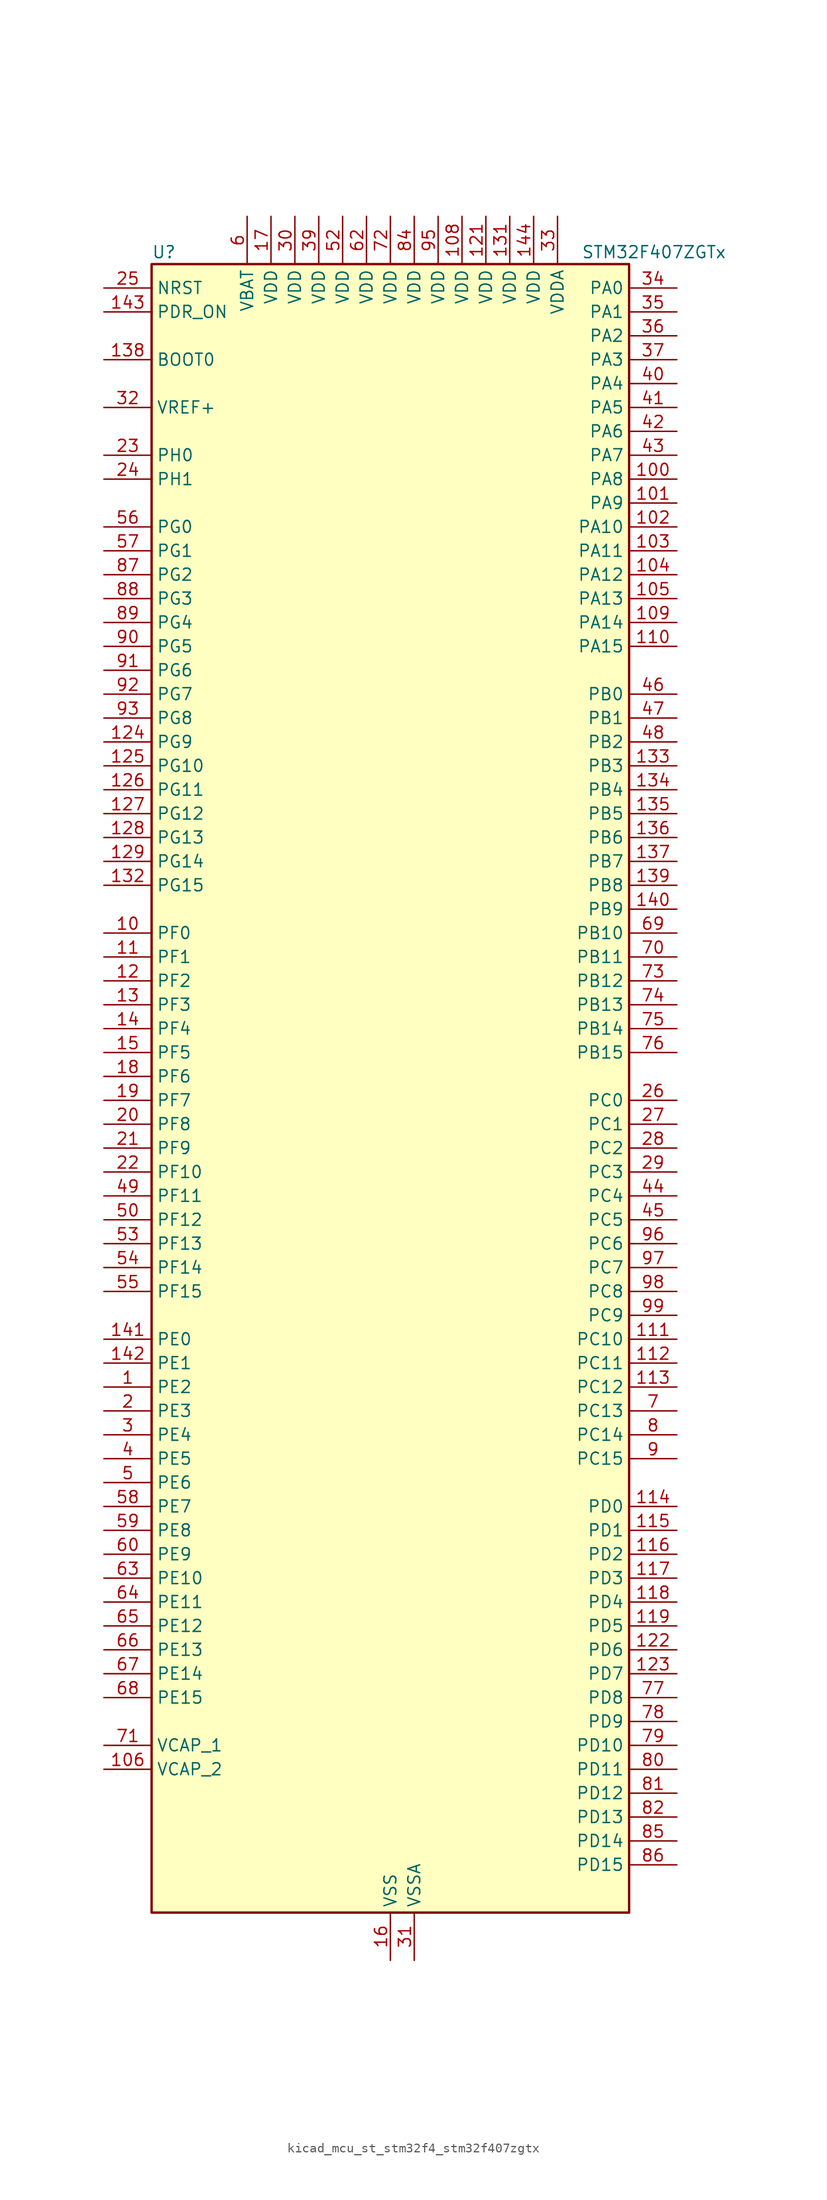
<source format=kicad_sym>
(kicad_symbol_lib
  (version 20220914)
  (generator kicad_symbol_editor)
  (symbol "kicad_mcu_st_stm32f4_stm32f407zgtx"
    (property "Reference" "U"
      (at -25.4 90.17 0)
      (effects (font (size 1.27 1.27)) (justify left)))
    (property "Value" "STM32F407ZGTx"
      (at 20.32 90.17 0)
      (effects (font (size 1.27 1.27)) (justify left)))
    (property "ki_locked" ""
      (at 0 0 0)
      (effects (font (size 1.27 1.27))))
    (symbol "kicad_mcu_st_stm32f4_stm32f407zgtx_0_1"
      (rectangle (start -25.4 -86.36) (end 25.4 88.9) (stroke (width 0.254) (type default)) (fill (type background))))
    (symbol "kicad_mcu_st_stm32f4_stm32f407zgtx_1_1"
      (pin bidirectional line (at -30.48 -30.48 0) (length 5.08) (name "PE2" (effects (font (size 1.27 1.27)))) (number "1" (effects (font (size 1.27 1.27)))) (alternate "ETH_TXD3" bidirectional line) (alternate "FSMC_A23" bidirectional line) (alternate "SYS_TRACECLK" bidirectional line))
      (pin bidirectional line (at -30.48 17.78 0) (length 5.08) (name "PF0" (effects (font (size 1.27 1.27)))) (number "10" (effects (font (size 1.27 1.27)))) (alternate "FSMC_A0" bidirectional line) (alternate "I2C2_SDA" bidirectional line))
      (pin bidirectional line (at 30.48 66.04 180) (length 5.08) (name "PA8" (effects (font (size 1.27 1.27)))) (number "100" (effects (font (size 1.27 1.27)))) (alternate "I2C3_SCL" bidirectional line) (alternate "RCC_MCO_1" bidirectional line) (alternate "TIM1_CH1" bidirectional line) (alternate "USART1_CK" bidirectional line) (alternate "USB_OTG_FS_SOF" bidirectional line))
      (pin bidirectional line (at 30.48 63.5 180) (length 5.08) (name "PA9" (effects (font (size 1.27 1.27)))) (number "101" (effects (font (size 1.27 1.27)))) (alternate "DAC_EXTI9" bidirectional line) (alternate "DCMI_D0" bidirectional line) (alternate "I2C3_SMBA" bidirectional line) (alternate "TIM1_CH2" bidirectional line) (alternate "USART1_TX" bidirectional line) (alternate "USB_OTG_FS_VBUS" bidirectional line))
      (pin bidirectional line (at 30.48 60.96 180) (length 5.08) (name "PA10" (effects (font (size 1.27 1.27)))) (number "102" (effects (font (size 1.27 1.27)))) (alternate "DCMI_D1" bidirectional line) (alternate "TIM1_CH3" bidirectional line) (alternate "USART1_RX" bidirectional line) (alternate "USB_OTG_FS_ID" bidirectional line))
      (pin bidirectional line (at 30.48 58.42 180) (length 5.08) (name "PA11" (effects (font (size 1.27 1.27)))) (number "103" (effects (font (size 1.27 1.27)))) (alternate "ADC1_EXTI11" bidirectional line) (alternate "ADC2_EXTI11" bidirectional line) (alternate "ADC3_EXTI11" bidirectional line) (alternate "CAN1_RX" bidirectional line) (alternate "TIM1_CH4" bidirectional line) (alternate "USART1_CTS" bidirectional line) (alternate "USB_OTG_FS_DM" bidirectional line))
      (pin bidirectional line (at 30.48 55.88 180) (length 5.08) (name "PA12" (effects (font (size 1.27 1.27)))) (number "104" (effects (font (size 1.27 1.27)))) (alternate "CAN1_TX" bidirectional line) (alternate "TIM1_ETR" bidirectional line) (alternate "USART1_RTS" bidirectional line) (alternate "USB_OTG_FS_DP" bidirectional line))
      (pin bidirectional line (at 30.48 53.34 180) (length 5.08) (name "PA13" (effects (font (size 1.27 1.27)))) (number "105" (effects (font (size 1.27 1.27)))) (alternate "SYS_JTMS-SWDIO" bidirectional line))
      (pin power_out line (at -30.48 -71.12 0) (length 5.08) (name "VCAP_2" (effects (font (size 1.27 1.27)))) (number "106" (effects (font (size 1.27 1.27)))))
      (pin passive line (at 0 -91.44 90) (length 5.08) hide (name "VSS" (effects (font (size 1.27 1.27)))) (number "107" (effects (font (size 1.27 1.27)))))
      (pin power_in line (at 7.62 93.98 270) (length 5.08) (name "VDD" (effects (font (size 1.27 1.27)))) (number "108" (effects (font (size 1.27 1.27)))))
      (pin bidirectional line (at 30.48 50.8 180) (length 5.08) (name "PA14" (effects (font (size 1.27 1.27)))) (number "109" (effects (font (size 1.27 1.27)))) (alternate "SYS_JTCK-SWCLK" bidirectional line))
      (pin bidirectional line (at -30.48 15.24 0) (length 5.08) (name "PF1" (effects (font (size 1.27 1.27)))) (number "11" (effects (font (size 1.27 1.27)))) (alternate "FSMC_A1" bidirectional line) (alternate "I2C2_SCL" bidirectional line))
      (pin bidirectional line (at 30.48 48.26 180) (length 5.08) (name "PA15" (effects (font (size 1.27 1.27)))) (number "110" (effects (font (size 1.27 1.27)))) (alternate "ADC1_EXTI15" bidirectional line) (alternate "ADC2_EXTI15" bidirectional line) (alternate "ADC3_EXTI15" bidirectional line) (alternate "I2S3_WS" bidirectional line) (alternate "SPI1_NSS" bidirectional line) (alternate "SPI3_NSS" bidirectional line) (alternate "SYS_JTDI" bidirectional line) (alternate "TIM2_CH1" bidirectional line) (alternate "TIM2_ETR" bidirectional line))
      (pin bidirectional line (at 30.48 -25.4 180) (length 5.08) (name "PC10" (effects (font (size 1.27 1.27)))) (number "111" (effects (font (size 1.27 1.27)))) (alternate "DCMI_D8" bidirectional line) (alternate "I2S3_CK" bidirectional line) (alternate "SDIO_D2" bidirectional line) (alternate "SPI3_SCK" bidirectional line) (alternate "UART4_TX" bidirectional line) (alternate "USART3_TX" bidirectional line))
      (pin bidirectional line (at 30.48 -27.94 180) (length 5.08) (name "PC11" (effects (font (size 1.27 1.27)))) (number "112" (effects (font (size 1.27 1.27)))) (alternate "ADC1_EXTI11" bidirectional line) (alternate "ADC2_EXTI11" bidirectional line) (alternate "ADC3_EXTI11" bidirectional line) (alternate "DCMI_D4" bidirectional line) (alternate "I2S3_ext_SD" bidirectional line) (alternate "SDIO_D3" bidirectional line) (alternate "SPI3_MISO" bidirectional line) (alternate "UART4_RX" bidirectional line) (alternate "USART3_RX" bidirectional line))
      (pin bidirectional line (at 30.48 -30.48 180) (length 5.08) (name "PC12" (effects (font (size 1.27 1.27)))) (number "113" (effects (font (size 1.27 1.27)))) (alternate "DCMI_D9" bidirectional line) (alternate "I2S3_SD" bidirectional line) (alternate "SDIO_CK" bidirectional line) (alternate "SPI3_MOSI" bidirectional line) (alternate "UART5_TX" bidirectional line) (alternate "USART3_CK" bidirectional line))
      (pin bidirectional line (at 30.48 -43.18 180) (length 5.08) (name "PD0" (effects (font (size 1.27 1.27)))) (number "114" (effects (font (size 1.27 1.27)))) (alternate "CAN1_RX" bidirectional line) (alternate "FSMC_D2" bidirectional line) (alternate "FSMC_DA2" bidirectional line))
      (pin bidirectional line (at 30.48 -45.72 180) (length 5.08) (name "PD1" (effects (font (size 1.27 1.27)))) (number "115" (effects (font (size 1.27 1.27)))) (alternate "CAN1_TX" bidirectional line) (alternate "FSMC_D3" bidirectional line) (alternate "FSMC_DA3" bidirectional line))
      (pin bidirectional line (at 30.48 -48.26 180) (length 5.08) (name "PD2" (effects (font (size 1.27 1.27)))) (number "116" (effects (font (size 1.27 1.27)))) (alternate "DCMI_D11" bidirectional line) (alternate "SDIO_CMD" bidirectional line) (alternate "TIM3_ETR" bidirectional line) (alternate "UART5_RX" bidirectional line))
      (pin bidirectional line (at 30.48 -50.8 180) (length 5.08) (name "PD3" (effects (font (size 1.27 1.27)))) (number "117" (effects (font (size 1.27 1.27)))) (alternate "FSMC_CLK" bidirectional line) (alternate "USART2_CTS" bidirectional line))
      (pin bidirectional line (at 30.48 -53.34 180) (length 5.08) (name "PD4" (effects (font (size 1.27 1.27)))) (number "118" (effects (font (size 1.27 1.27)))) (alternate "FSMC_NOE" bidirectional line) (alternate "USART2_RTS" bidirectional line))
      (pin bidirectional line (at 30.48 -55.88 180) (length 5.08) (name "PD5" (effects (font (size 1.27 1.27)))) (number "119" (effects (font (size 1.27 1.27)))) (alternate "FSMC_NWE" bidirectional line) (alternate "USART2_TX" bidirectional line))
      (pin bidirectional line (at -30.48 12.7 0) (length 5.08) (name "PF2" (effects (font (size 1.27 1.27)))) (number "12" (effects (font (size 1.27 1.27)))) (alternate "FSMC_A2" bidirectional line) (alternate "I2C2_SMBA" bidirectional line))
      (pin passive line (at 0 -91.44 90) (length 5.08) hide (name "VSS" (effects (font (size 1.27 1.27)))) (number "120" (effects (font (size 1.27 1.27)))))
      (pin power_in line (at 10.16 93.98 270) (length 5.08) (name "VDD" (effects (font (size 1.27 1.27)))) (number "121" (effects (font (size 1.27 1.27)))))
      (pin bidirectional line (at 30.48 -58.42 180) (length 5.08) (name "PD6" (effects (font (size 1.27 1.27)))) (number "122" (effects (font (size 1.27 1.27)))) (alternate "FSMC_NWAIT" bidirectional line) (alternate "USART2_RX" bidirectional line))
      (pin bidirectional line (at 30.48 -60.96 180) (length 5.08) (name "PD7" (effects (font (size 1.27 1.27)))) (number "123" (effects (font (size 1.27 1.27)))) (alternate "FSMC_NCE2" bidirectional line) (alternate "FSMC_NE1" bidirectional line) (alternate "USART2_CK" bidirectional line))
      (pin bidirectional line (at -30.48 38.1 0) (length 5.08) (name "PG9" (effects (font (size 1.27 1.27)))) (number "124" (effects (font (size 1.27 1.27)))) (alternate "DAC_EXTI9" bidirectional line) (alternate "FSMC_NCE3" bidirectional line) (alternate "FSMC_NE2" bidirectional line) (alternate "USART6_RX" bidirectional line))
      (pin bidirectional line (at -30.48 35.56 0) (length 5.08) (name "PG10" (effects (font (size 1.27 1.27)))) (number "125" (effects (font (size 1.27 1.27)))) (alternate "FSMC_NCE4_1" bidirectional line) (alternate "FSMC_NE3" bidirectional line))
      (pin bidirectional line (at -30.48 33.02 0) (length 5.08) (name "PG11" (effects (font (size 1.27 1.27)))) (number "126" (effects (font (size 1.27 1.27)))) (alternate "ADC1_EXTI11" bidirectional line) (alternate "ADC2_EXTI11" bidirectional line) (alternate "ADC3_EXTI11" bidirectional line) (alternate "ETH_TX_EN" bidirectional line) (alternate "FSMC_NCE4_2" bidirectional line))
      (pin bidirectional line (at -30.48 30.48 0) (length 5.08) (name "PG12" (effects (font (size 1.27 1.27)))) (number "127" (effects (font (size 1.27 1.27)))) (alternate "FSMC_NE4" bidirectional line) (alternate "USART6_RTS" bidirectional line))
      (pin bidirectional line (at -30.48 27.94 0) (length 5.08) (name "PG13" (effects (font (size 1.27 1.27)))) (number "128" (effects (font (size 1.27 1.27)))) (alternate "ETH_TXD0" bidirectional line) (alternate "FSMC_A24" bidirectional line) (alternate "USART6_CTS" bidirectional line))
      (pin bidirectional line (at -30.48 25.4 0) (length 5.08) (name "PG14" (effects (font (size 1.27 1.27)))) (number "129" (effects (font (size 1.27 1.27)))) (alternate "ETH_TXD1" bidirectional line) (alternate "FSMC_A25" bidirectional line) (alternate "USART6_TX" bidirectional line))
      (pin bidirectional line (at -30.48 10.16 0) (length 5.08) (name "PF3" (effects (font (size 1.27 1.27)))) (number "13" (effects (font (size 1.27 1.27)))) (alternate "ADC3_IN9" bidirectional line) (alternate "FSMC_A3" bidirectional line))
      (pin passive line (at 0 -91.44 90) (length 5.08) hide (name "VSS" (effects (font (size 1.27 1.27)))) (number "130" (effects (font (size 1.27 1.27)))))
      (pin power_in line (at 12.7 93.98 270) (length 5.08) (name "VDD" (effects (font (size 1.27 1.27)))) (number "131" (effects (font (size 1.27 1.27)))))
      (pin bidirectional line (at -30.48 22.86 0) (length 5.08) (name "PG15" (effects (font (size 1.27 1.27)))) (number "132" (effects (font (size 1.27 1.27)))) (alternate "ADC1_EXTI15" bidirectional line) (alternate "ADC2_EXTI15" bidirectional line) (alternate "ADC3_EXTI15" bidirectional line) (alternate "DCMI_D13" bidirectional line) (alternate "USART6_CTS" bidirectional line))
      (pin bidirectional line (at 30.48 35.56 180) (length 5.08) (name "PB3" (effects (font (size 1.27 1.27)))) (number "133" (effects (font (size 1.27 1.27)))) (alternate "I2S3_CK" bidirectional line) (alternate "SPI1_SCK" bidirectional line) (alternate "SPI3_SCK" bidirectional line) (alternate "SYS_JTDO-SWO" bidirectional line) (alternate "TIM2_CH2" bidirectional line))
      (pin bidirectional line (at 30.48 33.02 180) (length 5.08) (name "PB4" (effects (font (size 1.27 1.27)))) (number "134" (effects (font (size 1.27 1.27)))) (alternate "I2S3_ext_SD" bidirectional line) (alternate "SPI1_MISO" bidirectional line) (alternate "SPI3_MISO" bidirectional line) (alternate "SYS_JTRST" bidirectional line) (alternate "TIM3_CH1" bidirectional line))
      (pin bidirectional line (at 30.48 30.48 180) (length 5.08) (name "PB5" (effects (font (size 1.27 1.27)))) (number "135" (effects (font (size 1.27 1.27)))) (alternate "CAN2_RX" bidirectional line) (alternate "DCMI_D10" bidirectional line) (alternate "ETH_PPS_OUT" bidirectional line) (alternate "I2C1_SMBA" bidirectional line) (alternate "I2S3_SD" bidirectional line) (alternate "SPI1_MOSI" bidirectional line) (alternate "SPI3_MOSI" bidirectional line) (alternate "TIM3_CH2" bidirectional line) (alternate "USB_OTG_HS_ULPI_D7" bidirectional line))
      (pin bidirectional line (at 30.48 27.94 180) (length 5.08) (name "PB6" (effects (font (size 1.27 1.27)))) (number "136" (effects (font (size 1.27 1.27)))) (alternate "CAN2_TX" bidirectional line) (alternate "DCMI_D5" bidirectional line) (alternate "I2C1_SCL" bidirectional line) (alternate "TIM4_CH1" bidirectional line) (alternate "USART1_TX" bidirectional line))
      (pin bidirectional line (at 30.48 25.4 180) (length 5.08) (name "PB7" (effects (font (size 1.27 1.27)))) (number "137" (effects (font (size 1.27 1.27)))) (alternate "DCMI_VSYNC" bidirectional line) (alternate "FSMC_NL" bidirectional line) (alternate "I2C1_SDA" bidirectional line) (alternate "TIM4_CH2" bidirectional line) (alternate "USART1_RX" bidirectional line))
      (pin input line (at -30.48 78.74 0) (length 5.08) (name "BOOT0" (effects (font (size 1.27 1.27)))) (number "138" (effects (font (size 1.27 1.27)))))
      (pin bidirectional line (at 30.48 22.86 180) (length 5.08) (name "PB8" (effects (font (size 1.27 1.27)))) (number "139" (effects (font (size 1.27 1.27)))) (alternate "CAN1_RX" bidirectional line) (alternate "DCMI_D6" bidirectional line) (alternate "ETH_TXD3" bidirectional line) (alternate "I2C1_SCL" bidirectional line) (alternate "SDIO_D4" bidirectional line) (alternate "TIM10_CH1" bidirectional line) (alternate "TIM4_CH3" bidirectional line))
      (pin bidirectional line (at -30.48 7.62 0) (length 5.08) (name "PF4" (effects (font (size 1.27 1.27)))) (number "14" (effects (font (size 1.27 1.27)))) (alternate "ADC3_IN14" bidirectional line) (alternate "FSMC_A4" bidirectional line))
      (pin bidirectional line (at 30.48 20.32 180) (length 5.08) (name "PB9" (effects (font (size 1.27 1.27)))) (number "140" (effects (font (size 1.27 1.27)))) (alternate "CAN1_TX" bidirectional line) (alternate "DAC_EXTI9" bidirectional line) (alternate "DCMI_D7" bidirectional line) (alternate "I2C1_SDA" bidirectional line) (alternate "I2S2_WS" bidirectional line) (alternate "SDIO_D5" bidirectional line) (alternate "SPI2_NSS" bidirectional line) (alternate "TIM11_CH1" bidirectional line) (alternate "TIM4_CH4" bidirectional line))
      (pin bidirectional line (at -30.48 -25.4 0) (length 5.08) (name "PE0" (effects (font (size 1.27 1.27)))) (number "141" (effects (font (size 1.27 1.27)))) (alternate "DCMI_D2" bidirectional line) (alternate "FSMC_NBL0" bidirectional line) (alternate "TIM4_ETR" bidirectional line))
      (pin bidirectional line (at -30.48 -27.94 0) (length 5.08) (name "PE1" (effects (font (size 1.27 1.27)))) (number "142" (effects (font (size 1.27 1.27)))) (alternate "DCMI_D3" bidirectional line) (alternate "FSMC_NBL1" bidirectional line))
      (pin input line (at -30.48 83.82 0) (length 5.08) (name "PDR_ON" (effects (font (size 1.27 1.27)))) (number "143" (effects (font (size 1.27 1.27)))))
      (pin power_in line (at 15.24 93.98 270) (length 5.08) (name "VDD" (effects (font (size 1.27 1.27)))) (number "144" (effects (font (size 1.27 1.27)))))
      (pin bidirectional line (at -30.48 5.08 0) (length 5.08) (name "PF5" (effects (font (size 1.27 1.27)))) (number "15" (effects (font (size 1.27 1.27)))) (alternate "ADC3_IN15" bidirectional line) (alternate "FSMC_A5" bidirectional line))
      (pin power_in line (at 0 -91.44 90) (length 5.08) (name "VSS" (effects (font (size 1.27 1.27)))) (number "16" (effects (font (size 1.27 1.27)))))
      (pin power_in line (at -12.7 93.98 270) (length 5.08) (name "VDD" (effects (font (size 1.27 1.27)))) (number "17" (effects (font (size 1.27 1.27)))))
      (pin bidirectional line (at -30.48 2.54 0) (length 5.08) (name "PF6" (effects (font (size 1.27 1.27)))) (number "18" (effects (font (size 1.27 1.27)))) (alternate "ADC3_IN4" bidirectional line) (alternate "FSMC_NIORD" bidirectional line) (alternate "TIM10_CH1" bidirectional line))
      (pin bidirectional line (at -30.48 0 0) (length 5.08) (name "PF7" (effects (font (size 1.27 1.27)))) (number "19" (effects (font (size 1.27 1.27)))) (alternate "ADC3_IN5" bidirectional line) (alternate "FSMC_NREG" bidirectional line) (alternate "TIM11_CH1" bidirectional line))
      (pin bidirectional line (at -30.48 -33.02 0) (length 5.08) (name "PE3" (effects (font (size 1.27 1.27)))) (number "2" (effects (font (size 1.27 1.27)))) (alternate "FSMC_A19" bidirectional line) (alternate "SYS_TRACED0" bidirectional line))
      (pin bidirectional line (at -30.48 -2.54 0) (length 5.08) (name "PF8" (effects (font (size 1.27 1.27)))) (number "20" (effects (font (size 1.27 1.27)))) (alternate "ADC3_IN6" bidirectional line) (alternate "FSMC_NIOWR" bidirectional line) (alternate "TIM13_CH1" bidirectional line))
      (pin bidirectional line (at -30.48 -5.08 0) (length 5.08) (name "PF9" (effects (font (size 1.27 1.27)))) (number "21" (effects (font (size 1.27 1.27)))) (alternate "ADC3_IN7" bidirectional line) (alternate "DAC_EXTI9" bidirectional line) (alternate "FSMC_CD" bidirectional line) (alternate "TIM14_CH1" bidirectional line))
      (pin bidirectional line (at -30.48 -7.62 0) (length 5.08) (name "PF10" (effects (font (size 1.27 1.27)))) (number "22" (effects (font (size 1.27 1.27)))) (alternate "ADC3_IN8" bidirectional line) (alternate "FSMC_INTR" bidirectional line))
      (pin bidirectional line (at -30.48 68.58 0) (length 5.08) (name "PH0" (effects (font (size 1.27 1.27)))) (number "23" (effects (font (size 1.27 1.27)))) (alternate "RCC_OSC_IN" bidirectional line))
      (pin bidirectional line (at -30.48 66.04 0) (length 5.08) (name "PH1" (effects (font (size 1.27 1.27)))) (number "24" (effects (font (size 1.27 1.27)))) (alternate "RCC_OSC_OUT" bidirectional line))
      (pin input line (at -30.48 86.36 0) (length 5.08) (name "NRST" (effects (font (size 1.27 1.27)))) (number "25" (effects (font (size 1.27 1.27)))))
      (pin bidirectional line (at 30.48 0 180) (length 5.08) (name "PC0" (effects (font (size 1.27 1.27)))) (number "26" (effects (font (size 1.27 1.27)))) (alternate "ADC1_IN10" bidirectional line) (alternate "ADC2_IN10" bidirectional line) (alternate "ADC3_IN10" bidirectional line) (alternate "USB_OTG_HS_ULPI_STP" bidirectional line))
      (pin bidirectional line (at 30.48 -2.54 180) (length 5.08) (name "PC1" (effects (font (size 1.27 1.27)))) (number "27" (effects (font (size 1.27 1.27)))) (alternate "ADC1_IN11" bidirectional line) (alternate "ADC2_IN11" bidirectional line) (alternate "ADC3_IN11" bidirectional line) (alternate "ETH_MDC" bidirectional line))
      (pin bidirectional line (at 30.48 -5.08 180) (length 5.08) (name "PC2" (effects (font (size 1.27 1.27)))) (number "28" (effects (font (size 1.27 1.27)))) (alternate "ADC1_IN12" bidirectional line) (alternate "ADC2_IN12" bidirectional line) (alternate "ADC3_IN12" bidirectional line) (alternate "ETH_TXD2" bidirectional line) (alternate "I2S2_ext_SD" bidirectional line) (alternate "SPI2_MISO" bidirectional line) (alternate "USB_OTG_HS_ULPI_DIR" bidirectional line))
      (pin bidirectional line (at 30.48 -7.62 180) (length 5.08) (name "PC3" (effects (font (size 1.27 1.27)))) (number "29" (effects (font (size 1.27 1.27)))) (alternate "ADC1_IN13" bidirectional line) (alternate "ADC2_IN13" bidirectional line) (alternate "ADC3_IN13" bidirectional line) (alternate "ETH_TX_CLK" bidirectional line) (alternate "I2S2_SD" bidirectional line) (alternate "SPI2_MOSI" bidirectional line) (alternate "USB_OTG_HS_ULPI_NXT" bidirectional line))
      (pin bidirectional line (at -30.48 -35.56 0) (length 5.08) (name "PE4" (effects (font (size 1.27 1.27)))) (number "3" (effects (font (size 1.27 1.27)))) (alternate "DCMI_D4" bidirectional line) (alternate "FSMC_A20" bidirectional line) (alternate "SYS_TRACED1" bidirectional line))
      (pin power_in line (at -10.16 93.98 270) (length 5.08) (name "VDD" (effects (font (size 1.27 1.27)))) (number "30" (effects (font (size 1.27 1.27)))))
      (pin power_in line (at 2.54 -91.44 90) (length 5.08) (name "VSSA" (effects (font (size 1.27 1.27)))) (number "31" (effects (font (size 1.27 1.27)))))
      (pin input line (at -30.48 73.66 0) (length 5.08) (name "VREF+" (effects (font (size 1.27 1.27)))) (number "32" (effects (font (size 1.27 1.27)))))
      (pin power_in line (at 17.78 93.98 270) (length 5.08) (name "VDDA" (effects (font (size 1.27 1.27)))) (number "33" (effects (font (size 1.27 1.27)))))
      (pin bidirectional line (at 30.48 86.36 180) (length 5.08) (name "PA0" (effects (font (size 1.27 1.27)))) (number "34" (effects (font (size 1.27 1.27)))) (alternate "ADC1_IN0" bidirectional line) (alternate "ADC2_IN0" bidirectional line) (alternate "ADC3_IN0" bidirectional line) (alternate "ETH_CRS" bidirectional line) (alternate "SYS_WKUP" bidirectional line) (alternate "TIM2_CH1" bidirectional line) (alternate "TIM2_ETR" bidirectional line) (alternate "TIM5_CH1" bidirectional line) (alternate "TIM8_ETR" bidirectional line) (alternate "UART4_TX" bidirectional line) (alternate "USART2_CTS" bidirectional line))
      (pin bidirectional line (at 30.48 83.82 180) (length 5.08) (name "PA1" (effects (font (size 1.27 1.27)))) (number "35" (effects (font (size 1.27 1.27)))) (alternate "ADC1_IN1" bidirectional line) (alternate "ADC2_IN1" bidirectional line) (alternate "ADC3_IN1" bidirectional line) (alternate "ETH_REF_CLK" bidirectional line) (alternate "ETH_RX_CLK" bidirectional line) (alternate "TIM2_CH2" bidirectional line) (alternate "TIM5_CH2" bidirectional line) (alternate "UART4_RX" bidirectional line) (alternate "USART2_RTS" bidirectional line))
      (pin bidirectional line (at 30.48 81.28 180) (length 5.08) (name "PA2" (effects (font (size 1.27 1.27)))) (number "36" (effects (font (size 1.27 1.27)))) (alternate "ADC1_IN2" bidirectional line) (alternate "ADC2_IN2" bidirectional line) (alternate "ADC3_IN2" bidirectional line) (alternate "ETH_MDIO" bidirectional line) (alternate "TIM2_CH3" bidirectional line) (alternate "TIM5_CH3" bidirectional line) (alternate "TIM9_CH1" bidirectional line) (alternate "USART2_TX" bidirectional line))
      (pin bidirectional line (at 30.48 78.74 180) (length 5.08) (name "PA3" (effects (font (size 1.27 1.27)))) (number "37" (effects (font (size 1.27 1.27)))) (alternate "ADC1_IN3" bidirectional line) (alternate "ADC2_IN3" bidirectional line) (alternate "ADC3_IN3" bidirectional line) (alternate "ETH_COL" bidirectional line) (alternate "TIM2_CH4" bidirectional line) (alternate "TIM5_CH4" bidirectional line) (alternate "TIM9_CH2" bidirectional line) (alternate "USART2_RX" bidirectional line) (alternate "USB_OTG_HS_ULPI_D0" bidirectional line))
      (pin passive line (at 0 -91.44 90) (length 5.08) hide (name "VSS" (effects (font (size 1.27 1.27)))) (number "38" (effects (font (size 1.27 1.27)))))
      (pin power_in line (at -7.62 93.98 270) (length 5.08) (name "VDD" (effects (font (size 1.27 1.27)))) (number "39" (effects (font (size 1.27 1.27)))))
      (pin bidirectional line (at -30.48 -38.1 0) (length 5.08) (name "PE5" (effects (font (size 1.27 1.27)))) (number "4" (effects (font (size 1.27 1.27)))) (alternate "DCMI_D6" bidirectional line) (alternate "FSMC_A21" bidirectional line) (alternate "SYS_TRACED2" bidirectional line) (alternate "TIM9_CH1" bidirectional line))
      (pin bidirectional line (at 30.48 76.2 180) (length 5.08) (name "PA4" (effects (font (size 1.27 1.27)))) (number "40" (effects (font (size 1.27 1.27)))) (alternate "ADC1_IN4" bidirectional line) (alternate "ADC2_IN4" bidirectional line) (alternate "DAC_OUT1" bidirectional line) (alternate "DCMI_HSYNC" bidirectional line) (alternate "I2S3_WS" bidirectional line) (alternate "SPI1_NSS" bidirectional line) (alternate "SPI3_NSS" bidirectional line) (alternate "USART2_CK" bidirectional line) (alternate "USB_OTG_HS_SOF" bidirectional line))
      (pin bidirectional line (at 30.48 73.66 180) (length 5.08) (name "PA5" (effects (font (size 1.27 1.27)))) (number "41" (effects (font (size 1.27 1.27)))) (alternate "ADC1_IN5" bidirectional line) (alternate "ADC2_IN5" bidirectional line) (alternate "DAC_OUT2" bidirectional line) (alternate "SPI1_SCK" bidirectional line) (alternate "TIM2_CH1" bidirectional line) (alternate "TIM2_ETR" bidirectional line) (alternate "TIM8_CH1N" bidirectional line) (alternate "USB_OTG_HS_ULPI_CK" bidirectional line))
      (pin bidirectional line (at 30.48 71.12 180) (length 5.08) (name "PA6" (effects (font (size 1.27 1.27)))) (number "42" (effects (font (size 1.27 1.27)))) (alternate "ADC1_IN6" bidirectional line) (alternate "ADC2_IN6" bidirectional line) (alternate "DCMI_PIXCLK" bidirectional line) (alternate "SPI1_MISO" bidirectional line) (alternate "TIM13_CH1" bidirectional line) (alternate "TIM1_BKIN" bidirectional line) (alternate "TIM3_CH1" bidirectional line) (alternate "TIM8_BKIN" bidirectional line))
      (pin bidirectional line (at 30.48 68.58 180) (length 5.08) (name "PA7" (effects (font (size 1.27 1.27)))) (number "43" (effects (font (size 1.27 1.27)))) (alternate "ADC1_IN7" bidirectional line) (alternate "ADC2_IN7" bidirectional line) (alternate "ETH_CRS_DV" bidirectional line) (alternate "ETH_RX_DV" bidirectional line) (alternate "SPI1_MOSI" bidirectional line) (alternate "TIM14_CH1" bidirectional line) (alternate "TIM1_CH1N" bidirectional line) (alternate "TIM3_CH2" bidirectional line) (alternate "TIM8_CH1N" bidirectional line))
      (pin bidirectional line (at 30.48 -10.16 180) (length 5.08) (name "PC4" (effects (font (size 1.27 1.27)))) (number "44" (effects (font (size 1.27 1.27)))) (alternate "ADC1_IN14" bidirectional line) (alternate "ADC2_IN14" bidirectional line) (alternate "ETH_RXD0" bidirectional line))
      (pin bidirectional line (at 30.48 -12.7 180) (length 5.08) (name "PC5" (effects (font (size 1.27 1.27)))) (number "45" (effects (font (size 1.27 1.27)))) (alternate "ADC1_IN15" bidirectional line) (alternate "ADC2_IN15" bidirectional line) (alternate "ETH_RXD1" bidirectional line))
      (pin bidirectional line (at 30.48 43.18 180) (length 5.08) (name "PB0" (effects (font (size 1.27 1.27)))) (number "46" (effects (font (size 1.27 1.27)))) (alternate "ADC1_IN8" bidirectional line) (alternate "ADC2_IN8" bidirectional line) (alternate "ETH_RXD2" bidirectional line) (alternate "TIM1_CH2N" bidirectional line) (alternate "TIM3_CH3" bidirectional line) (alternate "TIM8_CH2N" bidirectional line) (alternate "USB_OTG_HS_ULPI_D1" bidirectional line))
      (pin bidirectional line (at 30.48 40.64 180) (length 5.08) (name "PB1" (effects (font (size 1.27 1.27)))) (number "47" (effects (font (size 1.27 1.27)))) (alternate "ADC1_IN9" bidirectional line) (alternate "ADC2_IN9" bidirectional line) (alternate "ETH_RXD3" bidirectional line) (alternate "TIM1_CH3N" bidirectional line) (alternate "TIM3_CH4" bidirectional line) (alternate "TIM8_CH3N" bidirectional line) (alternate "USB_OTG_HS_ULPI_D2" bidirectional line))
      (pin bidirectional line (at 30.48 38.1 180) (length 5.08) (name "PB2" (effects (font (size 1.27 1.27)))) (number "48" (effects (font (size 1.27 1.27)))))
      (pin bidirectional line (at -30.48 -10.16 0) (length 5.08) (name "PF11" (effects (font (size 1.27 1.27)))) (number "49" (effects (font (size 1.27 1.27)))) (alternate "ADC1_EXTI11" bidirectional line) (alternate "ADC2_EXTI11" bidirectional line) (alternate "ADC3_EXTI11" bidirectional line) (alternate "DCMI_D12" bidirectional line))
      (pin bidirectional line (at -30.48 -40.64 0) (length 5.08) (name "PE6" (effects (font (size 1.27 1.27)))) (number "5" (effects (font (size 1.27 1.27)))) (alternate "DCMI_D7" bidirectional line) (alternate "FSMC_A22" bidirectional line) (alternate "SYS_TRACED3" bidirectional line) (alternate "TIM9_CH2" bidirectional line))
      (pin bidirectional line (at -30.48 -12.7 0) (length 5.08) (name "PF12" (effects (font (size 1.27 1.27)))) (number "50" (effects (font (size 1.27 1.27)))) (alternate "FSMC_A6" bidirectional line))
      (pin passive line (at 0 -91.44 90) (length 5.08) hide (name "VSS" (effects (font (size 1.27 1.27)))) (number "51" (effects (font (size 1.27 1.27)))))
      (pin power_in line (at -5.08 93.98 270) (length 5.08) (name "VDD" (effects (font (size 1.27 1.27)))) (number "52" (effects (font (size 1.27 1.27)))))
      (pin bidirectional line (at -30.48 -15.24 0) (length 5.08) (name "PF13" (effects (font (size 1.27 1.27)))) (number "53" (effects (font (size 1.27 1.27)))) (alternate "FSMC_A7" bidirectional line))
      (pin bidirectional line (at -30.48 -17.78 0) (length 5.08) (name "PF14" (effects (font (size 1.27 1.27)))) (number "54" (effects (font (size 1.27 1.27)))) (alternate "FSMC_A8" bidirectional line))
      (pin bidirectional line (at -30.48 -20.32 0) (length 5.08) (name "PF15" (effects (font (size 1.27 1.27)))) (number "55" (effects (font (size 1.27 1.27)))) (alternate "ADC1_EXTI15" bidirectional line) (alternate "ADC2_EXTI15" bidirectional line) (alternate "ADC3_EXTI15" bidirectional line) (alternate "FSMC_A9" bidirectional line))
      (pin bidirectional line (at -30.48 60.96 0) (length 5.08) (name "PG0" (effects (font (size 1.27 1.27)))) (number "56" (effects (font (size 1.27 1.27)))) (alternate "FSMC_A10" bidirectional line))
      (pin bidirectional line (at -30.48 58.42 0) (length 5.08) (name "PG1" (effects (font (size 1.27 1.27)))) (number "57" (effects (font (size 1.27 1.27)))) (alternate "FSMC_A11" bidirectional line))
      (pin bidirectional line (at -30.48 -43.18 0) (length 5.08) (name "PE7" (effects (font (size 1.27 1.27)))) (number "58" (effects (font (size 1.27 1.27)))) (alternate "FSMC_D4" bidirectional line) (alternate "FSMC_DA4" bidirectional line) (alternate "TIM1_ETR" bidirectional line))
      (pin bidirectional line (at -30.48 -45.72 0) (length 5.08) (name "PE8" (effects (font (size 1.27 1.27)))) (number "59" (effects (font (size 1.27 1.27)))) (alternate "FSMC_D5" bidirectional line) (alternate "FSMC_DA5" bidirectional line) (alternate "TIM1_CH1N" bidirectional line))
      (pin power_in line (at -15.24 93.98 270) (length 5.08) (name "VBAT" (effects (font (size 1.27 1.27)))) (number "6" (effects (font (size 1.27 1.27)))))
      (pin bidirectional line (at -30.48 -48.26 0) (length 5.08) (name "PE9" (effects (font (size 1.27 1.27)))) (number "60" (effects (font (size 1.27 1.27)))) (alternate "DAC_EXTI9" bidirectional line) (alternate "FSMC_D6" bidirectional line) (alternate "FSMC_DA6" bidirectional line) (alternate "TIM1_CH1" bidirectional line))
      (pin passive line (at 0 -91.44 90) (length 5.08) hide (name "VSS" (effects (font (size 1.27 1.27)))) (number "61" (effects (font (size 1.27 1.27)))))
      (pin power_in line (at -2.54 93.98 270) (length 5.08) (name "VDD" (effects (font (size 1.27 1.27)))) (number "62" (effects (font (size 1.27 1.27)))))
      (pin bidirectional line (at -30.48 -50.8 0) (length 5.08) (name "PE10" (effects (font (size 1.27 1.27)))) (number "63" (effects (font (size 1.27 1.27)))) (alternate "FSMC_D7" bidirectional line) (alternate "FSMC_DA7" bidirectional line) (alternate "TIM1_CH2N" bidirectional line))
      (pin bidirectional line (at -30.48 -53.34 0) (length 5.08) (name "PE11" (effects (font (size 1.27 1.27)))) (number "64" (effects (font (size 1.27 1.27)))) (alternate "ADC1_EXTI11" bidirectional line) (alternate "ADC2_EXTI11" bidirectional line) (alternate "ADC3_EXTI11" bidirectional line) (alternate "FSMC_D8" bidirectional line) (alternate "FSMC_DA8" bidirectional line) (alternate "TIM1_CH2" bidirectional line))
      (pin bidirectional line (at -30.48 -55.88 0) (length 5.08) (name "PE12" (effects (font (size 1.27 1.27)))) (number "65" (effects (font (size 1.27 1.27)))) (alternate "FSMC_D9" bidirectional line) (alternate "FSMC_DA9" bidirectional line) (alternate "TIM1_CH3N" bidirectional line))
      (pin bidirectional line (at -30.48 -58.42 0) (length 5.08) (name "PE13" (effects (font (size 1.27 1.27)))) (number "66" (effects (font (size 1.27 1.27)))) (alternate "FSMC_D10" bidirectional line) (alternate "FSMC_DA10" bidirectional line) (alternate "TIM1_CH3" bidirectional line))
      (pin bidirectional line (at -30.48 -60.96 0) (length 5.08) (name "PE14" (effects (font (size 1.27 1.27)))) (number "67" (effects (font (size 1.27 1.27)))) (alternate "FSMC_D11" bidirectional line) (alternate "FSMC_DA11" bidirectional line) (alternate "TIM1_CH4" bidirectional line))
      (pin bidirectional line (at -30.48 -63.5 0) (length 5.08) (name "PE15" (effects (font (size 1.27 1.27)))) (number "68" (effects (font (size 1.27 1.27)))) (alternate "ADC1_EXTI15" bidirectional line) (alternate "ADC2_EXTI15" bidirectional line) (alternate "ADC3_EXTI15" bidirectional line) (alternate "FSMC_D12" bidirectional line) (alternate "FSMC_DA12" bidirectional line) (alternate "TIM1_BKIN" bidirectional line))
      (pin bidirectional line (at 30.48 17.78 180) (length 5.08) (name "PB10" (effects (font (size 1.27 1.27)))) (number "69" (effects (font (size 1.27 1.27)))) (alternate "ETH_RX_ER" bidirectional line) (alternate "I2C2_SCL" bidirectional line) (alternate "I2S2_CK" bidirectional line) (alternate "SPI2_SCK" bidirectional line) (alternate "TIM2_CH3" bidirectional line) (alternate "USART3_TX" bidirectional line) (alternate "USB_OTG_HS_ULPI_D3" bidirectional line))
      (pin bidirectional line (at 30.48 -33.02 180) (length 5.08) (name "PC13" (effects (font (size 1.27 1.27)))) (number "7" (effects (font (size 1.27 1.27)))) (alternate "RTC_AF1" bidirectional line))
      (pin bidirectional line (at 30.48 15.24 180) (length 5.08) (name "PB11" (effects (font (size 1.27 1.27)))) (number "70" (effects (font (size 1.27 1.27)))) (alternate "ADC1_EXTI11" bidirectional line) (alternate "ADC2_EXTI11" bidirectional line) (alternate "ADC3_EXTI11" bidirectional line) (alternate "ETH_TX_EN" bidirectional line) (alternate "I2C2_SDA" bidirectional line) (alternate "TIM2_CH4" bidirectional line) (alternate "USART3_RX" bidirectional line) (alternate "USB_OTG_HS_ULPI_D4" bidirectional line))
      (pin power_out line (at -30.48 -68.58 0) (length 5.08) (name "VCAP_1" (effects (font (size 1.27 1.27)))) (number "71" (effects (font (size 1.27 1.27)))))
      (pin power_in line (at 0 93.98 270) (length 5.08) (name "VDD" (effects (font (size 1.27 1.27)))) (number "72" (effects (font (size 1.27 1.27)))))
      (pin bidirectional line (at 30.48 12.7 180) (length 5.08) (name "PB12" (effects (font (size 1.27 1.27)))) (number "73" (effects (font (size 1.27 1.27)))) (alternate "CAN2_RX" bidirectional line) (alternate "ETH_TXD0" bidirectional line) (alternate "I2C2_SMBA" bidirectional line) (alternate "I2S2_WS" bidirectional line) (alternate "SPI2_NSS" bidirectional line) (alternate "TIM1_BKIN" bidirectional line) (alternate "USART3_CK" bidirectional line) (alternate "USB_OTG_HS_ID" bidirectional line) (alternate "USB_OTG_HS_ULPI_D5" bidirectional line))
      (pin bidirectional line (at 30.48 10.16 180) (length 5.08) (name "PB13" (effects (font (size 1.27 1.27)))) (number "74" (effects (font (size 1.27 1.27)))) (alternate "CAN2_TX" bidirectional line) (alternate "ETH_TXD1" bidirectional line) (alternate "I2S2_CK" bidirectional line) (alternate "SPI2_SCK" bidirectional line) (alternate "TIM1_CH1N" bidirectional line) (alternate "USART3_CTS" bidirectional line) (alternate "USB_OTG_HS_ULPI_D6" bidirectional line) (alternate "USB_OTG_HS_VBUS" bidirectional line))
      (pin bidirectional line (at 30.48 7.62 180) (length 5.08) (name "PB14" (effects (font (size 1.27 1.27)))) (number "75" (effects (font (size 1.27 1.27)))) (alternate "I2S2_ext_SD" bidirectional line) (alternate "SPI2_MISO" bidirectional line) (alternate "TIM12_CH1" bidirectional line) (alternate "TIM1_CH2N" bidirectional line) (alternate "TIM8_CH2N" bidirectional line) (alternate "USART3_RTS" bidirectional line) (alternate "USB_OTG_HS_DM" bidirectional line))
      (pin bidirectional line (at 30.48 5.08 180) (length 5.08) (name "PB15" (effects (font (size 1.27 1.27)))) (number "76" (effects (font (size 1.27 1.27)))) (alternate "ADC1_EXTI15" bidirectional line) (alternate "ADC2_EXTI15" bidirectional line) (alternate "ADC3_EXTI15" bidirectional line) (alternate "I2S2_SD" bidirectional line) (alternate "RTC_REFIN" bidirectional line) (alternate "SPI2_MOSI" bidirectional line) (alternate "TIM12_CH2" bidirectional line) (alternate "TIM1_CH3N" bidirectional line) (alternate "TIM8_CH3N" bidirectional line) (alternate "USB_OTG_HS_DP" bidirectional line))
      (pin bidirectional line (at 30.48 -63.5 180) (length 5.08) (name "PD8" (effects (font (size 1.27 1.27)))) (number "77" (effects (font (size 1.27 1.27)))) (alternate "FSMC_D13" bidirectional line) (alternate "FSMC_DA13" bidirectional line) (alternate "USART3_TX" bidirectional line))
      (pin bidirectional line (at 30.48 -66.04 180) (length 5.08) (name "PD9" (effects (font (size 1.27 1.27)))) (number "78" (effects (font (size 1.27 1.27)))) (alternate "DAC_EXTI9" bidirectional line) (alternate "FSMC_D14" bidirectional line) (alternate "FSMC_DA14" bidirectional line) (alternate "USART3_RX" bidirectional line))
      (pin bidirectional line (at 30.48 -68.58 180) (length 5.08) (name "PD10" (effects (font (size 1.27 1.27)))) (number "79" (effects (font (size 1.27 1.27)))) (alternate "FSMC_D15" bidirectional line) (alternate "FSMC_DA15" bidirectional line) (alternate "USART3_CK" bidirectional line))
      (pin bidirectional line (at 30.48 -35.56 180) (length 5.08) (name "PC14" (effects (font (size 1.27 1.27)))) (number "8" (effects (font (size 1.27 1.27)))) (alternate "RCC_OSC32_IN" bidirectional line))
      (pin bidirectional line (at 30.48 -71.12 180) (length 5.08) (name "PD11" (effects (font (size 1.27 1.27)))) (number "80" (effects (font (size 1.27 1.27)))) (alternate "ADC1_EXTI11" bidirectional line) (alternate "ADC2_EXTI11" bidirectional line) (alternate "ADC3_EXTI11" bidirectional line) (alternate "FSMC_A16" bidirectional line) (alternate "FSMC_CLE" bidirectional line) (alternate "USART3_CTS" bidirectional line))
      (pin bidirectional line (at 30.48 -73.66 180) (length 5.08) (name "PD12" (effects (font (size 1.27 1.27)))) (number "81" (effects (font (size 1.27 1.27)))) (alternate "FSMC_A17" bidirectional line) (alternate "FSMC_ALE" bidirectional line) (alternate "TIM4_CH1" bidirectional line) (alternate "USART3_RTS" bidirectional line))
      (pin bidirectional line (at 30.48 -76.2 180) (length 5.08) (name "PD13" (effects (font (size 1.27 1.27)))) (number "82" (effects (font (size 1.27 1.27)))) (alternate "FSMC_A18" bidirectional line) (alternate "TIM4_CH2" bidirectional line))
      (pin passive line (at 0 -91.44 90) (length 5.08) hide (name "VSS" (effects (font (size 1.27 1.27)))) (number "83" (effects (font (size 1.27 1.27)))))
      (pin power_in line (at 2.54 93.98 270) (length 5.08) (name "VDD" (effects (font (size 1.27 1.27)))) (number "84" (effects (font (size 1.27 1.27)))))
      (pin bidirectional line (at 30.48 -78.74 180) (length 5.08) (name "PD14" (effects (font (size 1.27 1.27)))) (number "85" (effects (font (size 1.27 1.27)))) (alternate "FSMC_D0" bidirectional line) (alternate "FSMC_DA0" bidirectional line) (alternate "TIM4_CH3" bidirectional line))
      (pin bidirectional line (at 30.48 -81.28 180) (length 5.08) (name "PD15" (effects (font (size 1.27 1.27)))) (number "86" (effects (font (size 1.27 1.27)))) (alternate "ADC1_EXTI15" bidirectional line) (alternate "ADC2_EXTI15" bidirectional line) (alternate "ADC3_EXTI15" bidirectional line) (alternate "FSMC_D1" bidirectional line) (alternate "FSMC_DA1" bidirectional line) (alternate "TIM4_CH4" bidirectional line))
      (pin bidirectional line (at -30.48 55.88 0) (length 5.08) (name "PG2" (effects (font (size 1.27 1.27)))) (number "87" (effects (font (size 1.27 1.27)))) (alternate "FSMC_A12" bidirectional line))
      (pin bidirectional line (at -30.48 53.34 0) (length 5.08) (name "PG3" (effects (font (size 1.27 1.27)))) (number "88" (effects (font (size 1.27 1.27)))) (alternate "FSMC_A13" bidirectional line))
      (pin bidirectional line (at -30.48 50.8 0) (length 5.08) (name "PG4" (effects (font (size 1.27 1.27)))) (number "89" (effects (font (size 1.27 1.27)))) (alternate "FSMC_A14" bidirectional line))
      (pin bidirectional line (at 30.48 -38.1 180) (length 5.08) (name "PC15" (effects (font (size 1.27 1.27)))) (number "9" (effects (font (size 1.27 1.27)))) (alternate "ADC1_EXTI15" bidirectional line) (alternate "ADC2_EXTI15" bidirectional line) (alternate "ADC3_EXTI15" bidirectional line) (alternate "RCC_OSC32_OUT" bidirectional line))
      (pin bidirectional line (at -30.48 48.26 0) (length 5.08) (name "PG5" (effects (font (size 1.27 1.27)))) (number "90" (effects (font (size 1.27 1.27)))) (alternate "FSMC_A15" bidirectional line))
      (pin bidirectional line (at -30.48 45.72 0) (length 5.08) (name "PG6" (effects (font (size 1.27 1.27)))) (number "91" (effects (font (size 1.27 1.27)))) (alternate "FSMC_INT2" bidirectional line))
      (pin bidirectional line (at -30.48 43.18 0) (length 5.08) (name "PG7" (effects (font (size 1.27 1.27)))) (number "92" (effects (font (size 1.27 1.27)))) (alternate "FSMC_INT3" bidirectional line) (alternate "USART6_CK" bidirectional line))
      (pin bidirectional line (at -30.48 40.64 0) (length 5.08) (name "PG8" (effects (font (size 1.27 1.27)))) (number "93" (effects (font (size 1.27 1.27)))) (alternate "ETH_PPS_OUT" bidirectional line) (alternate "USART6_RTS" bidirectional line))
      (pin passive line (at 0 -91.44 90) (length 5.08) hide (name "VSS" (effects (font (size 1.27 1.27)))) (number "94" (effects (font (size 1.27 1.27)))))
      (pin power_in line (at 5.08 93.98 270) (length 5.08) (name "VDD" (effects (font (size 1.27 1.27)))) (number "95" (effects (font (size 1.27 1.27)))))
      (pin bidirectional line (at 30.48 -15.24 180) (length 5.08) (name "PC6" (effects (font (size 1.27 1.27)))) (number "96" (effects (font (size 1.27 1.27)))) (alternate "DCMI_D0" bidirectional line) (alternate "I2S2_MCK" bidirectional line) (alternate "SDIO_D6" bidirectional line) (alternate "TIM3_CH1" bidirectional line) (alternate "TIM8_CH1" bidirectional line) (alternate "USART6_TX" bidirectional line))
      (pin bidirectional line (at 30.48 -17.78 180) (length 5.08) (name "PC7" (effects (font (size 1.27 1.27)))) (number "97" (effects (font (size 1.27 1.27)))) (alternate "DCMI_D1" bidirectional line) (alternate "I2S3_MCK" bidirectional line) (alternate "SDIO_D7" bidirectional line) (alternate "TIM3_CH2" bidirectional line) (alternate "TIM8_CH2" bidirectional line) (alternate "USART6_RX" bidirectional line))
      (pin bidirectional line (at 30.48 -20.32 180) (length 5.08) (name "PC8" (effects (font (size 1.27 1.27)))) (number "98" (effects (font (size 1.27 1.27)))) (alternate "DCMI_D2" bidirectional line) (alternate "SDIO_D0" bidirectional line) (alternate "TIM3_CH3" bidirectional line) (alternate "TIM8_CH3" bidirectional line) (alternate "USART6_CK" bidirectional line))
      (pin bidirectional line (at 30.48 -22.86 180) (length 5.08) (name "PC9" (effects (font (size 1.27 1.27)))) (number "99" (effects (font (size 1.27 1.27)))) (alternate "DAC_EXTI9" bidirectional line) (alternate "DCMI_D3" bidirectional line) (alternate "I2C3_SDA" bidirectional line) (alternate "I2S_CKIN" bidirectional line) (alternate "RCC_MCO_2" bidirectional line) (alternate "SDIO_D1" bidirectional line) (alternate "TIM3_CH4" bidirectional line) (alternate "TIM8_CH4" bidirectional line)))))
</source>
